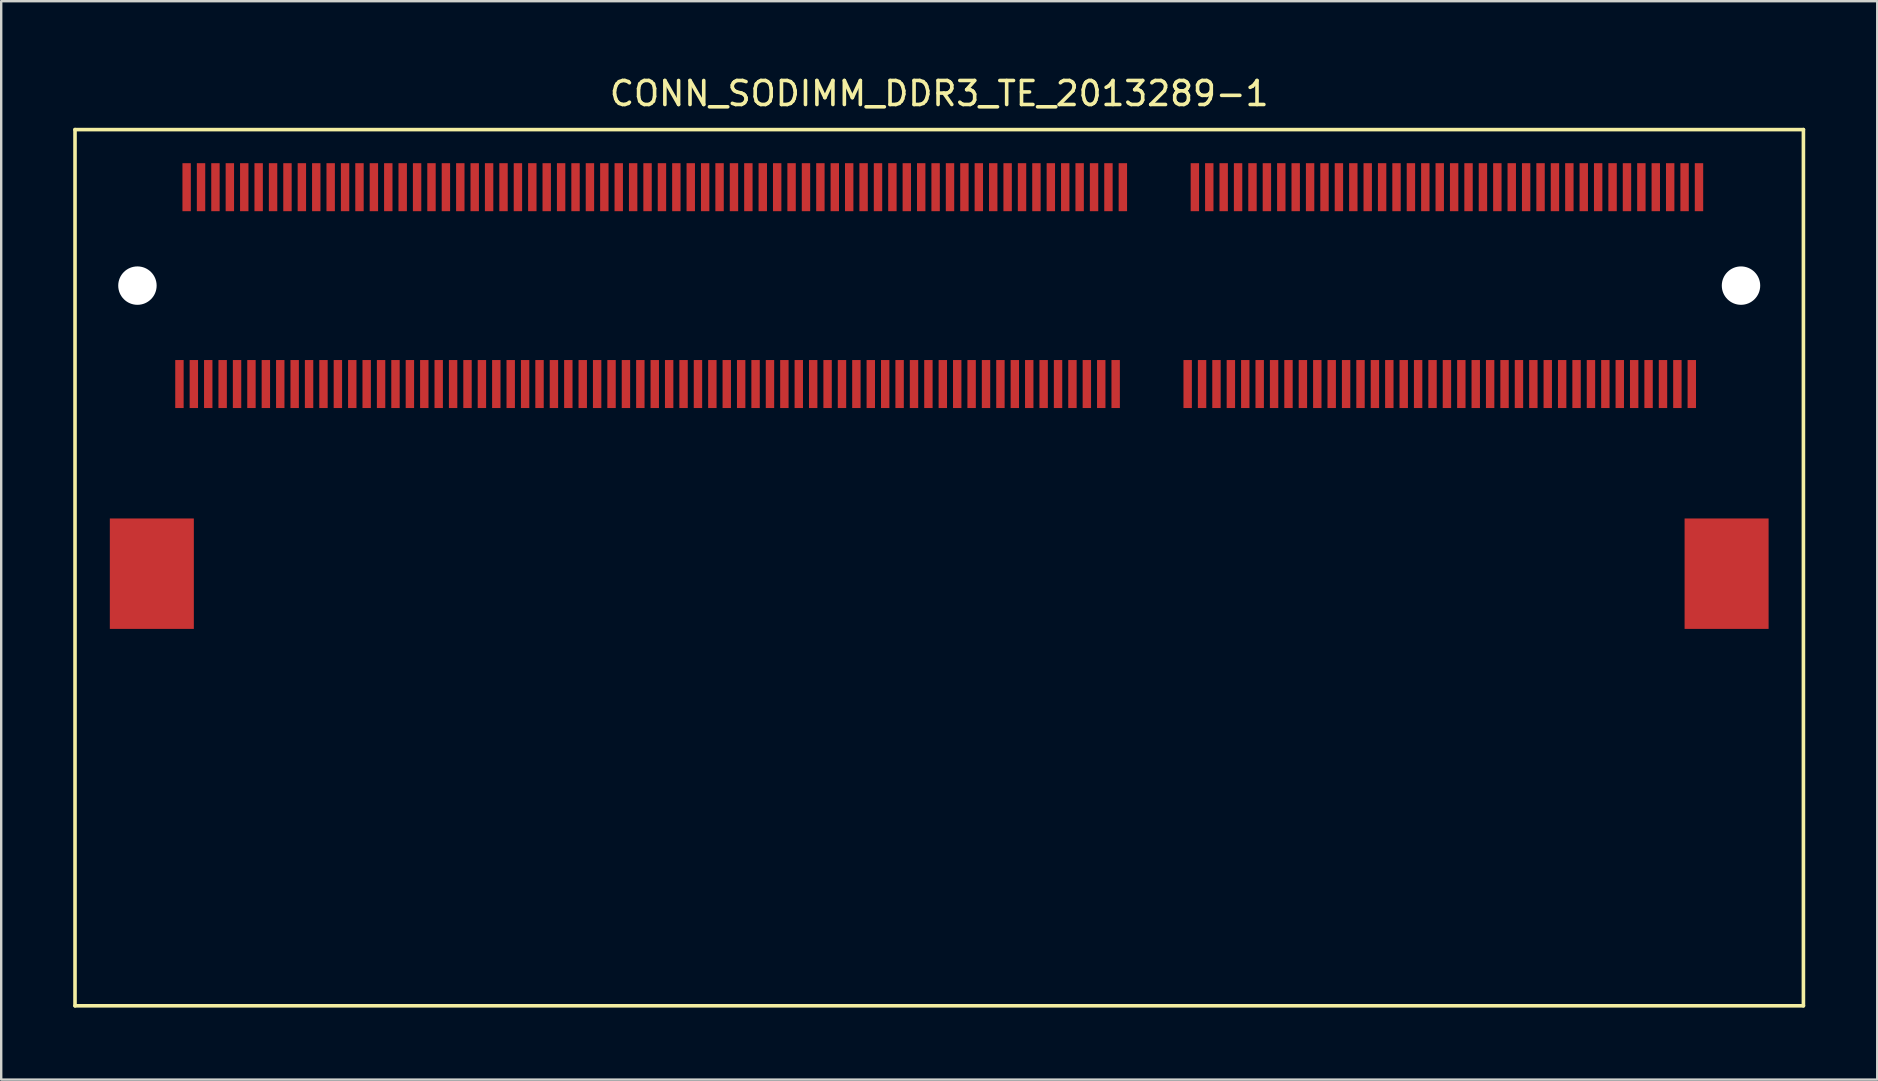
<source format=kicad_pcb>
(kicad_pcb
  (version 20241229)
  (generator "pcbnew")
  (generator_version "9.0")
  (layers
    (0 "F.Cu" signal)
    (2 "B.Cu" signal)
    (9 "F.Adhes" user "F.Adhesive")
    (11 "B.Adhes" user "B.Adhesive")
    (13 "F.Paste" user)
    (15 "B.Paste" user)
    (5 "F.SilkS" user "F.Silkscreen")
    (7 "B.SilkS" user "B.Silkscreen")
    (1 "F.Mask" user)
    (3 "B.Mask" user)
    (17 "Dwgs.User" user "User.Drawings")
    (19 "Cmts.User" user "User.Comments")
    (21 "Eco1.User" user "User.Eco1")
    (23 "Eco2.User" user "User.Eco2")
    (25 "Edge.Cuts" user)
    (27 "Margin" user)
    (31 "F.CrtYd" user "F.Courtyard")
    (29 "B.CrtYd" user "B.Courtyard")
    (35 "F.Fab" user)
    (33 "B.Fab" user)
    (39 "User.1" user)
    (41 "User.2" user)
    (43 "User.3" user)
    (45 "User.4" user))
  (footprint "CONN_SODIMM_DDR3_TE_2013289-1"
    (layer "F.Cu")
    (at 36.075 8.848)
    (property "Reference" "CONN_SODIMM_DDR3_TE_2013289-1" (at 0 -8 0) (layer "F.SilkS") (effects (font (size 1 1) (thickness 0.15))))
    (attr smd)
    (fp_line (start -36 -6.5) (end -36 30) (stroke (width 0.15) (type solid)) (layer "F.SilkS"))
    (fp_line (start -36 -6.5) (end 36 -6.5) (stroke (width 0.15) (type solid)) (layer "F.SilkS"))
    (fp_line (start -36 30) (end 36 30) (stroke (width 0.15) (type solid)) (layer "F.SilkS"))
    (fp_line (start 36 -6.5) (end 36 30) (stroke (width 0.15) (type solid)) (layer "F.SilkS"))
    (pad "" np_thru_hole circle (at -33.4 0) (size 1.6 1.6) (drill 1.6) (layers "*.Cu" "*.Mask"))
    (pad "" np_thru_hole circle (at 33.4 0) (size 1.6 1.6) (drill 1.6) (layers "*.Cu" "*.Mask"))
    (pad "1" smd rect (at 31.65 -4.1) (size 0.35 2) (layers "F.Cu" "F.Mask" "F.Paste"))
    (pad "2" smd rect (at 31.35 4.1) (size 0.35 2) (layers "F.Cu" "F.Mask" "F.Paste"))
    (pad "3" smd rect (at 31.05 -4.1) (size 0.35 2) (layers "F.Cu" "F.Mask" "F.Paste"))
    (pad "4" smd rect (at 30.75 4.1) (size 0.35 2) (layers "F.Cu" "F.Mask" "F.Paste"))
    (pad "5" smd rect (at 30.45 -4.1) (size 0.35 2) (layers "F.Cu" "F.Mask" "F.Paste"))
    (pad "6" smd rect (at 30.15 4.1) (size 0.35 2) (layers "F.Cu" "F.Mask" "F.Paste"))
    (pad "7" smd rect (at 29.85 -4.1) (size 0.35 2) (layers "F.Cu" "F.Mask" "F.Paste"))
    (pad "8" smd rect (at 29.55 4.1) (size 0.35 2) (layers "F.Cu" "F.Mask" "F.Paste"))
    (pad "9" smd rect (at 29.25 -4.1) (size 0.35 2) (layers "F.Cu" "F.Mask" "F.Paste"))
    (pad "10" smd rect (at 28.95 4.1) (size 0.35 2) (layers "F.Cu" "F.Mask" "F.Paste"))
    (pad "11" smd rect (at 28.65 -4.1) (size 0.35 2) (layers "F.Cu" "F.Mask" "F.Paste"))
    (pad "12" smd rect (at 28.35 4.1) (size 0.35 2) (layers "F.Cu" "F.Mask" "F.Paste"))
    (pad "13" smd rect (at 28.05 -4.1) (size 0.35 2) (layers "F.Cu" "F.Mask" "F.Paste"))
    (pad "14" smd rect (at 27.75 4.1) (size 0.35 2) (layers "F.Cu" "F.Mask" "F.Paste"))
    (pad "15" smd rect (at 27.45 -4.1) (size 0.35 2) (layers "F.Cu" "F.Mask" "F.Paste"))
    (pad "16" smd rect (at 27.15 4.1) (size 0.35 2) (layers "F.Cu" "F.Mask" "F.Paste"))
    (pad "17" smd rect (at 26.85 -4.1) (size 0.35 2) (layers "F.Cu" "F.Mask" "F.Paste"))
    (pad "18" smd rect (at 26.55 4.1) (size 0.35 2) (layers "F.Cu" "F.Mask" "F.Paste"))
    (pad "19" smd rect (at 26.25 -4.1) (size 0.35 2) (layers "F.Cu" "F.Mask" "F.Paste"))
    (pad "20" smd rect (at 25.95 4.1) (size 0.35 2) (layers "F.Cu" "F.Mask" "F.Paste"))
    (pad "21" smd rect (at 25.65 -4.1) (size 0.35 2) (layers "F.Cu" "F.Mask" "F.Paste"))
    (pad "22" smd rect (at 25.35 4.1) (size 0.35 2) (layers "F.Cu" "F.Mask" "F.Paste"))
    (pad "23" smd rect (at 25.05 -4.1) (size 0.35 2) (layers "F.Cu" "F.Mask" "F.Paste"))
    (pad "24" smd rect (at 24.75 4.1) (size 0.35 2) (layers "F.Cu" "F.Mask" "F.Paste"))
    (pad "25" smd rect (at 24.45 -4.1) (size 0.35 2) (layers "F.Cu" "F.Mask" "F.Paste"))
    (pad "26" smd rect (at 24.15 4.1) (size 0.35 2) (layers "F.Cu" "F.Mask" "F.Paste"))
    (pad "27" smd rect (at 23.85 -4.1) (size 0.35 2) (layers "F.Cu" "F.Mask" "F.Paste"))
    (pad "28" smd rect (at 23.55 4.1) (size 0.35 2) (layers "F.Cu" "F.Mask" "F.Paste"))
    (pad "29" smd rect (at 23.25 -4.1) (size 0.35 2) (layers "F.Cu" "F.Mask" "F.Paste"))
    (pad "30" smd rect (at 22.95 4.1) (size 0.35 2) (layers "F.Cu" "F.Mask" "F.Paste"))
    (pad "31" smd rect (at 22.65 -4.1) (size 0.35 2) (layers "F.Cu" "F.Mask" "F.Paste"))
    (pad "32" smd rect (at 22.35 4.1) (size 0.35 2) (layers "F.Cu" "F.Mask" "F.Paste"))
    (pad "33" smd rect (at 22.05 -4.1) (size 0.35 2) (layers "F.Cu" "F.Mask" "F.Paste"))
    (pad "34" smd rect (at 21.75 4.1) (size 0.35 2) (layers "F.Cu" "F.Mask" "F.Paste"))
    (pad "35" smd rect (at 21.45 -4.1) (size 0.35 2) (layers "F.Cu" "F.Mask" "F.Paste"))
    (pad "36" smd rect (at 21.15 4.1) (size 0.35 2) (layers "F.Cu" "F.Mask" "F.Paste"))
    (pad "37" smd rect (at 20.85 -4.1) (size 0.35 2) (layers "F.Cu" "F.Mask" "F.Paste"))
    (pad "38" smd rect (at 20.55 4.1) (size 0.35 2) (layers "F.Cu" "F.Mask" "F.Paste"))
    (pad "39" smd rect (at 20.25 -4.1) (size 0.35 2) (layers "F.Cu" "F.Mask" "F.Paste"))
    (pad "40" smd rect (at 19.95 4.1) (size 0.35 2) (layers "F.Cu" "F.Mask" "F.Paste"))
    (pad "41" smd rect (at 19.65 -4.1) (size 0.35 2) (layers "F.Cu" "F.Mask" "F.Paste"))
    (pad "42" smd rect (at 19.35 4.1) (size 0.35 2) (layers "F.Cu" "F.Mask" "F.Paste"))
    (pad "43" smd rect (at 19.05 -4.1) (size 0.35 2) (layers "F.Cu" "F.Mask" "F.Paste"))
    (pad "44" smd rect (at 18.75 4.1) (size 0.35 2) (layers "F.Cu" "F.Mask" "F.Paste"))
    (pad "45" smd rect (at 18.45 -4.1) (size 0.35 2) (layers "F.Cu" "F.Mask" "F.Paste"))
    (pad "46" smd rect (at 18.15 4.1) (size 0.35 2) (layers "F.Cu" "F.Mask" "F.Paste"))
    (pad "47" smd rect (at 17.85 -4.1) (size 0.35 2) (layers "F.Cu" "F.Mask" "F.Paste"))
    (pad "48" smd rect (at 17.55 4.1) (size 0.35 2) (layers "F.Cu" "F.Mask" "F.Paste"))
    (pad "49" smd rect (at 17.25 -4.1) (size 0.35 2) (layers "F.Cu" "F.Mask" "F.Paste"))
    (pad "50" smd rect (at 16.95 4.1) (size 0.35 2) (layers "F.Cu" "F.Mask" "F.Paste"))
    (pad "51" smd rect (at 16.65 -4.1) (size 0.35 2) (layers "F.Cu" "F.Mask" "F.Paste"))
    (pad "52" smd rect (at 16.35 4.1) (size 0.35 2) (layers "F.Cu" "F.Mask" "F.Paste"))
    (pad "53" smd rect (at 16.05 -4.1) (size 0.35 2) (layers "F.Cu" "F.Mask" "F.Paste"))
    (pad "54" smd rect (at 15.75 4.1) (size 0.35 2) (layers "F.Cu" "F.Mask" "F.Paste"))
    (pad "55" smd rect (at 15.45 -4.1) (size 0.35 2) (layers "F.Cu" "F.Mask" "F.Paste"))
    (pad "56" smd rect (at 15.15 4.1) (size 0.35 2) (layers "F.Cu" "F.Mask" "F.Paste"))
    (pad "57" smd rect (at 14.85 -4.1) (size 0.35 2) (layers "F.Cu" "F.Mask" "F.Paste"))
    (pad "58" smd rect (at 14.55 4.1) (size 0.35 2) (layers "F.Cu" "F.Mask" "F.Paste"))
    (pad "59" smd rect (at 14.25 -4.1) (size 0.35 2) (layers "F.Cu" "F.Mask" "F.Paste"))
    (pad "60" smd rect (at 13.95 4.1) (size 0.35 2) (layers "F.Cu" "F.Mask" "F.Paste"))
    (pad "61" smd rect (at 13.65 -4.1) (size 0.35 2) (layers "F.Cu" "F.Mask" "F.Paste"))
    (pad "62" smd rect (at 13.35 4.1) (size 0.35 2) (layers "F.Cu" "F.Mask" "F.Paste"))
    (pad "63" smd rect (at 13.05 -4.1) (size 0.35 2) (layers "F.Cu" "F.Mask" "F.Paste"))
    (pad "64" smd rect (at 12.75 4.1) (size 0.35 2) (layers "F.Cu" "F.Mask" "F.Paste"))
    (pad "65" smd rect (at 12.45 -4.1) (size 0.35 2) (layers "F.Cu" "F.Mask" "F.Paste"))
    (pad "66" smd rect (at 12.15 4.1) (size 0.35 2) (layers "F.Cu" "F.Mask" "F.Paste"))
    (pad "67" smd rect (at 11.85 -4.1) (size 0.35 2) (layers "F.Cu" "F.Mask" "F.Paste"))
    (pad "68" smd rect (at 11.55 4.1) (size 0.35 2) (layers "F.Cu" "F.Mask" "F.Paste"))
    (pad "69" smd rect (at 11.25 -4.1) (size 0.35 2) (layers "F.Cu" "F.Mask" "F.Paste"))
    (pad "70" smd rect (at 10.95 4.1) (size 0.35 2) (layers "F.Cu" "F.Mask" "F.Paste"))
    (pad "71" smd rect (at 10.65 -4.1) (size 0.35 2) (layers "F.Cu" "F.Mask" "F.Paste"))
    (pad "72" smd rect (at 10.35 4.1) (size 0.35 2) (layers "F.Cu" "F.Mask" "F.Paste"))
    (pad "73" smd rect (at 7.65 -4.1) (size 0.35 2) (layers "F.Cu" "F.Mask" "F.Paste"))
    (pad "74" smd rect (at 7.35 4.1) (size 0.35 2) (layers "F.Cu" "F.Mask" "F.Paste"))
    (pad "75" smd rect (at 7.05 -4.1) (size 0.35 2) (layers "F.Cu" "F.Mask" "F.Paste"))
    (pad "76" smd rect (at 6.75 4.1) (size 0.35 2) (layers "F.Cu" "F.Mask" "F.Paste"))
    (pad "77" smd rect (at 6.45 -4.1) (size 0.35 2) (layers "F.Cu" "F.Mask" "F.Paste"))
    (pad "78" smd rect (at 6.15 4.1) (size 0.35 2) (layers "F.Cu" "F.Mask" "F.Paste"))
    (pad "79" smd rect (at 5.85 -4.1) (size 0.35 2) (layers "F.Cu" "F.Mask" "F.Paste"))
    (pad "80" smd rect (at 5.55 4.1) (size 0.35 2) (layers "F.Cu" "F.Mask" "F.Paste"))
    (pad "81" smd rect (at 5.25 -4.1) (size 0.35 2) (layers "F.Cu" "F.Mask" "F.Paste"))
    (pad "82" smd rect (at 4.95 4.1) (size 0.35 2) (layers "F.Cu" "F.Mask" "F.Paste"))
    (pad "83" smd rect (at 4.65 -4.1) (size 0.35 2) (layers "F.Cu" "F.Mask" "F.Paste"))
    (pad "84" smd rect (at 4.35 4.1) (size 0.35 2) (layers "F.Cu" "F.Mask" "F.Paste"))
    (pad "85" smd rect (at 4.05 -4.1) (size 0.35 2) (layers "F.Cu" "F.Mask" "F.Paste"))
    (pad "86" smd rect (at 3.75 4.1) (size 0.35 2) (layers "F.Cu" "F.Mask" "F.Paste"))
    (pad "87" smd rect (at 3.45 -4.1) (size 0.35 2) (layers "F.Cu" "F.Mask" "F.Paste"))
    (pad "88" smd rect (at 3.15 4.1) (size 0.35 2) (layers "F.Cu" "F.Mask" "F.Paste"))
    (pad "89" smd rect (at 2.85 -4.1) (size 0.35 2) (layers "F.Cu" "F.Mask" "F.Paste"))
    (pad "90" smd rect (at 2.55 4.1) (size 0.35 2) (layers "F.Cu" "F.Mask" "F.Paste"))
    (pad "91" smd rect (at 2.25 -4.1) (size 0.35 2) (layers "F.Cu" "F.Mask" "F.Paste"))
    (pad "92" smd rect (at 1.95 4.1) (size 0.35 2) (layers "F.Cu" "F.Mask" "F.Paste"))
    (pad "93" smd rect (at 1.65 -4.1) (size 0.35 2) (layers "F.Cu" "F.Mask" "F.Paste"))
    (pad "94" smd rect (at 1.35 4.1) (size 0.35 2) (layers "F.Cu" "F.Mask" "F.Paste"))
    (pad "95" smd rect (at 1.05 -4.1) (size 0.35 2) (layers "F.Cu" "F.Mask" "F.Paste"))
    (pad "96" smd rect (at 0.75 4.1) (size 0.35 2) (layers "F.Cu" "F.Mask" "F.Paste"))
    (pad "97" smd rect (at 0.45 -4.1) (size 0.35 2) (layers "F.Cu" "F.Mask" "F.Paste"))
    (pad "98" smd rect (at 0.15 4.1) (size 0.35 2) (layers "F.Cu" "F.Mask" "F.Paste"))
    (pad "99" smd rect (at -0.15 -4.1) (size 0.35 2) (layers "F.Cu" "F.Mask" "F.Paste"))
    (pad "100" smd rect (at -0.45 4.1) (size 0.35 2) (layers "F.Cu" "F.Mask" "F.Paste"))
    (pad "101" smd rect (at -0.75 -4.1) (size 0.35 2) (layers "F.Cu" "F.Mask" "F.Paste"))
    (pad "102" smd rect (at -1.05 4.1) (size 0.35 2) (layers "F.Cu" "F.Mask" "F.Paste"))
    (pad "103" smd rect (at -1.35 -4.1) (size 0.35 2) (layers "F.Cu" "F.Mask" "F.Paste"))
    (pad "104" smd rect (at -1.65 4.1) (size 0.35 2) (layers "F.Cu" "F.Mask" "F.Paste"))
    (pad "105" smd rect (at -1.95 -4.1) (size 0.35 2) (layers "F.Cu" "F.Mask" "F.Paste"))
    (pad "106" smd rect (at -2.25 4.1) (size 0.35 2) (layers "F.Cu" "F.Mask" "F.Paste"))
    (pad "107" smd rect (at -2.55 -4.1) (size 0.35 2) (layers "F.Cu" "F.Mask" "F.Paste"))
    (pad "108" smd rect (at -2.85 4.1) (size 0.35 2) (layers "F.Cu" "F.Mask" "F.Paste"))
    (pad "109" smd rect (at -3.15 -4.1) (size 0.35 2) (layers "F.Cu" "F.Mask" "F.Paste"))
    (pad "110" smd rect (at -3.45 4.1) (size 0.35 2) (layers "F.Cu" "F.Mask" "F.Paste"))
    (pad "111" smd rect (at -3.75 -4.1) (size 0.35 2) (layers "F.Cu" "F.Mask" "F.Paste"))
    (pad "112" smd rect (at -4.05 4.1) (size 0.35 2) (layers "F.Cu" "F.Mask" "F.Paste"))
    (pad "113" smd rect (at -4.35 -4.1) (size 0.35 2) (layers "F.Cu" "F.Mask" "F.Paste"))
    (pad "114" smd rect (at -4.65 4.1) (size 0.35 2) (layers "F.Cu" "F.Mask" "F.Paste"))
    (pad "115" smd rect (at -4.95 -4.1) (size 0.35 2) (layers "F.Cu" "F.Mask" "F.Paste"))
    (pad "116" smd rect (at -5.25 4.1) (size 0.35 2) (layers "F.Cu" "F.Mask" "F.Paste"))
    (pad "117" smd rect (at -5.55 -4.1) (size 0.35 2) (layers "F.Cu" "F.Mask" "F.Paste"))
    (pad "118" smd rect (at -5.85 4.1) (size 0.35 2) (layers "F.Cu" "F.Mask" "F.Paste"))
    (pad "119" smd rect (at -6.15 -4.1) (size 0.35 2) (layers "F.Cu" "F.Mask" "F.Paste"))
    (pad "120" smd rect (at -6.45 4.1) (size 0.35 2) (layers "F.Cu" "F.Mask" "F.Paste"))
    (pad "121" smd rect (at -6.75 -4.1) (size 0.35 2) (layers "F.Cu" "F.Mask" "F.Paste"))
    (pad "122" smd rect (at -7.05 4.1) (size 0.35 2) (layers "F.Cu" "F.Mask" "F.Paste"))
    (pad "123" smd rect (at -7.35 -4.1) (size 0.35 2) (layers "F.Cu" "F.Mask" "F.Paste"))
    (pad "124" smd rect (at -7.65 4.1) (size 0.35 2) (layers "F.Cu" "F.Mask" "F.Paste"))
    (pad "125" smd rect (at -7.95 -4.1) (size 0.35 2) (layers "F.Cu" "F.Mask" "F.Paste"))
    (pad "126" smd rect (at -8.25 4.1) (size 0.35 2) (layers "F.Cu" "F.Mask" "F.Paste"))
    (pad "127" smd rect (at -8.55 -4.1) (size 0.35 2) (layers "F.Cu" "F.Mask" "F.Paste"))
    (pad "128" smd rect (at -8.85 4.1) (size 0.35 2) (layers "F.Cu" "F.Mask" "F.Paste"))
    (pad "129" smd rect (at -9.15 -4.1) (size 0.35 2) (layers "F.Cu" "F.Mask" "F.Paste"))
    (pad "130" smd rect (at -9.45 4.1) (size 0.35 2) (layers "F.Cu" "F.Mask" "F.Paste"))
    (pad "131" smd rect (at -9.75 -4.1) (size 0.35 2) (layers "F.Cu" "F.Mask" "F.Paste"))
    (pad "132" smd rect (at -10.05 4.1) (size 0.35 2) (layers "F.Cu" "F.Mask" "F.Paste"))
    (pad "133" smd rect (at -10.35 -4.1) (size 0.35 2) (layers "F.Cu" "F.Mask" "F.Paste"))
    (pad "134" smd rect (at -10.65 4.1) (size 0.35 2) (layers "F.Cu" "F.Mask" "F.Paste"))
    (pad "135" smd rect (at -10.95 -4.1) (size 0.35 2) (layers "F.Cu" "F.Mask" "F.Paste"))
    (pad "136" smd rect (at -11.25 4.1) (size 0.35 2) (layers "F.Cu" "F.Mask" "F.Paste"))
    (pad "137" smd rect (at -11.55 -4.1) (size 0.35 2) (layers "F.Cu" "F.Mask" "F.Paste"))
    (pad "138" smd rect (at -11.85 4.1) (size 0.35 2) (layers "F.Cu" "F.Mask" "F.Paste"))
    (pad "139" smd rect (at -12.15 -4.1) (size 0.35 2) (layers "F.Cu" "F.Mask" "F.Paste"))
    (pad "140" smd rect (at -12.45 4.1) (size 0.35 2) (layers "F.Cu" "F.Mask" "F.Paste"))
    (pad "141" smd rect (at -12.75 -4.1) (size 0.35 2) (layers "F.Cu" "F.Mask" "F.Paste"))
    (pad "142" smd rect (at -13.05 4.1) (size 0.35 2) (layers "F.Cu" "F.Mask" "F.Paste"))
    (pad "143" smd rect (at -13.35 -4.1) (size 0.35 2) (layers "F.Cu" "F.Mask" "F.Paste"))
    (pad "144" smd rect (at -13.65 4.1) (size 0.35 2) (layers "F.Cu" "F.Mask" "F.Paste"))
    (pad "145" smd rect (at -13.95 -4.1) (size 0.35 2) (layers "F.Cu" "F.Mask" "F.Paste"))
    (pad "146" smd rect (at -14.25 4.1) (size 0.35 2) (layers "F.Cu" "F.Mask" "F.Paste"))
    (pad "147" smd rect (at -14.55 -4.1) (size 0.35 2) (layers "F.Cu" "F.Mask" "F.Paste"))
    (pad "148" smd rect (at -14.85 4.1) (size 0.35 2) (layers "F.Cu" "F.Mask" "F.Paste"))
    (pad "149" smd rect (at -15.15 -4.1) (size 0.35 2) (layers "F.Cu" "F.Mask" "F.Paste"))
    (pad "150" smd rect (at -15.45 4.1) (size 0.35 2) (layers "F.Cu" "F.Mask" "F.Paste"))
    (pad "151" smd rect (at -15.75 -4.1) (size 0.35 2) (layers "F.Cu" "F.Mask" "F.Paste"))
    (pad "152" smd rect (at -16.05 4.1) (size 0.35 2) (layers "F.Cu" "F.Mask" "F.Paste"))
    (pad "153" smd rect (at -16.35 -4.1) (size 0.35 2) (layers "F.Cu" "F.Mask" "F.Paste"))
    (pad "154" smd rect (at -16.65 4.1) (size 0.35 2) (layers "F.Cu" "F.Mask" "F.Paste"))
    (pad "155" smd rect (at -16.95 -4.1) (size 0.35 2) (layers "F.Cu" "F.Mask" "F.Paste"))
    (pad "156" smd rect (at -17.25 4.1) (size 0.35 2) (layers "F.Cu" "F.Mask" "F.Paste"))
    (pad "157" smd rect (at -17.55 -4.1) (size 0.35 2) (layers "F.Cu" "F.Mask" "F.Paste"))
    (pad "158" smd rect (at -17.85 4.1) (size 0.35 2) (layers "F.Cu" "F.Mask" "F.Paste"))
    (pad "159" smd rect (at -18.15 -4.1) (size 0.35 2) (layers "F.Cu" "F.Mask" "F.Paste"))
    (pad "160" smd rect (at -18.45 4.1) (size 0.35 2) (layers "F.Cu" "F.Mask" "F.Paste"))
    (pad "161" smd rect (at -18.75 -4.1) (size 0.35 2) (layers "F.Cu" "F.Mask" "F.Paste"))
    (pad "162" smd rect (at -19.05 4.1) (size 0.35 2) (layers "F.Cu" "F.Mask" "F.Paste"))
    (pad "163" smd rect (at -19.35 -4.1) (size 0.35 2) (layers "F.Cu" "F.Mask" "F.Paste"))
    (pad "164" smd rect (at -19.65 4.1) (size 0.35 2) (layers "F.Cu" "F.Mask" "F.Paste"))
    (pad "165" smd rect (at -19.95 -4.1) (size 0.35 2) (layers "F.Cu" "F.Mask" "F.Paste"))
    (pad "166" smd rect (at -20.25 4.1) (size 0.35 2) (layers "F.Cu" "F.Mask" "F.Paste"))
    (pad "167" smd rect (at -20.55 -4.1) (size 0.35 2) (layers "F.Cu" "F.Mask" "F.Paste"))
    (pad "168" smd rect (at -20.85 4.1) (size 0.35 2) (layers "F.Cu" "F.Mask" "F.Paste"))
    (pad "169" smd rect (at -21.15 -4.1) (size 0.35 2) (layers "F.Cu" "F.Mask" "F.Paste"))
    (pad "170" smd rect (at -21.45 4.1) (size 0.35 2) (layers "F.Cu" "F.Mask" "F.Paste"))
    (pad "171" smd rect (at -21.75 -4.1) (size 0.35 2) (layers "F.Cu" "F.Mask" "F.Paste"))
    (pad "172" smd rect (at -22.05 4.1) (size 0.35 2) (layers "F.Cu" "F.Mask" "F.Paste"))
    (pad "173" smd rect (at -22.35 -4.1) (size 0.35 2) (layers "F.Cu" "F.Mask" "F.Paste"))
    (pad "174" smd rect (at -22.65 4.1) (size 0.35 2) (layers "F.Cu" "F.Mask" "F.Paste"))
    (pad "175" smd rect (at -22.95 -4.1) (size 0.35 2) (layers "F.Cu" "F.Mask" "F.Paste"))
    (pad "176" smd rect (at -23.25 4.1) (size 0.35 2) (layers "F.Cu" "F.Mask" "F.Paste"))
    (pad "177" smd rect (at -23.55 -4.1) (size 0.35 2) (layers "F.Cu" "F.Mask" "F.Paste"))
    (pad "178" smd rect (at -23.85 4.1) (size 0.35 2) (layers "F.Cu" "F.Mask" "F.Paste"))
    (pad "179" smd rect (at -24.15 -4.1) (size 0.35 2) (layers "F.Cu" "F.Mask" "F.Paste"))
    (pad "180" smd rect (at -24.45 4.1) (size 0.35 2) (layers "F.Cu" "F.Mask" "F.Paste"))
    (pad "181" smd rect (at -24.75 -4.1) (size 0.35 2) (layers "F.Cu" "F.Mask" "F.Paste"))
    (pad "182" smd rect (at -25.05 4.1) (size 0.35 2) (layers "F.Cu" "F.Mask" "F.Paste"))
    (pad "183" smd rect (at -25.35 -4.1) (size 0.35 2) (layers "F.Cu" "F.Mask" "F.Paste"))
    (pad "184" smd rect (at -25.65 4.1) (size 0.35 2) (layers "F.Cu" "F.Mask" "F.Paste"))
    (pad "185" smd rect (at -25.95 -4.1) (size 0.35 2) (layers "F.Cu" "F.Mask" "F.Paste"))
    (pad "186" smd rect (at -26.25 4.1) (size 0.35 2) (layers "F.Cu" "F.Mask" "F.Paste"))
    (pad "187" smd rect (at -26.55 -4.1) (size 0.35 2) (layers "F.Cu" "F.Mask" "F.Paste"))
    (pad "188" smd rect (at -26.85 4.1) (size 0.35 2) (layers "F.Cu" "F.Mask" "F.Paste"))
    (pad "189" smd rect (at -27.15 -4.1) (size 0.35 2) (layers "F.Cu" "F.Mask" "F.Paste"))
    (pad "190" smd rect (at -27.45 4.1) (size 0.35 2) (layers "F.Cu" "F.Mask" "F.Paste"))
    (pad "191" smd rect (at -27.75 -4.1) (size 0.35 2) (layers "F.Cu" "F.Mask" "F.Paste"))
    (pad "192" smd rect (at -28.05 4.1) (size 0.35 2) (layers "F.Cu" "F.Mask" "F.Paste"))
    (pad "193" smd rect (at -28.35 -4.1) (size 0.35 2) (layers "F.Cu" "F.Mask" "F.Paste"))
    (pad "194" smd rect (at -28.65 4.1) (size 0.35 2) (layers "F.Cu" "F.Mask" "F.Paste"))
    (pad "195" smd rect (at -28.95 -4.1) (size 0.35 2) (layers "F.Cu" "F.Mask" "F.Paste"))
    (pad "196" smd rect (at -29.25 4.1) (size 0.35 2) (layers "F.Cu" "F.Mask" "F.Paste"))
    (pad "197" smd rect (at -29.55 -4.1) (size 0.35 2) (layers "F.Cu" "F.Mask" "F.Paste"))
    (pad "198" smd rect (at -29.85 4.1) (size 0.35 2) (layers "F.Cu" "F.Mask" "F.Paste"))
    (pad "199" smd rect (at -30.15 -4.1) (size 0.35 2) (layers "F.Cu" "F.Mask" "F.Paste"))
    (pad "200" smd rect (at -30.45 4.1) (size 0.35 2) (layers "F.Cu" "F.Mask" "F.Paste"))
    (pad "201" smd rect (at -30.75 -4.1) (size 0.35 2) (layers "F.Cu" "F.Mask" "F.Paste"))
    (pad "202" smd rect (at -31.05 4.1) (size 0.35 2) (layers "F.Cu" "F.Mask" "F.Paste"))
    (pad "203" smd rect (at -31.35 -4.1) (size 0.35 2) (layers "F.Cu" "F.Mask" "F.Paste"))
    (pad "204" smd rect (at -31.65 4.1) (size 0.35 2) (layers "F.Cu" "F.Mask" "F.Paste"))
    (pad "~" smd rect (at -32.8 12) (size 3.5 4.6) (layers "F.Cu" "F.Mask" "F.Paste"))
    (pad "~" smd rect (at 32.8 12) (size 3.5 4.6) (layers "F.Cu" "F.Mask" "F.Paste")))
  (gr_rect
    (start -3 -3)
    (end 75.15 41.923)
    (stroke (width 0.1) (type default))
    (fill no)
    (layer "Edge.Cuts")))
</source>
